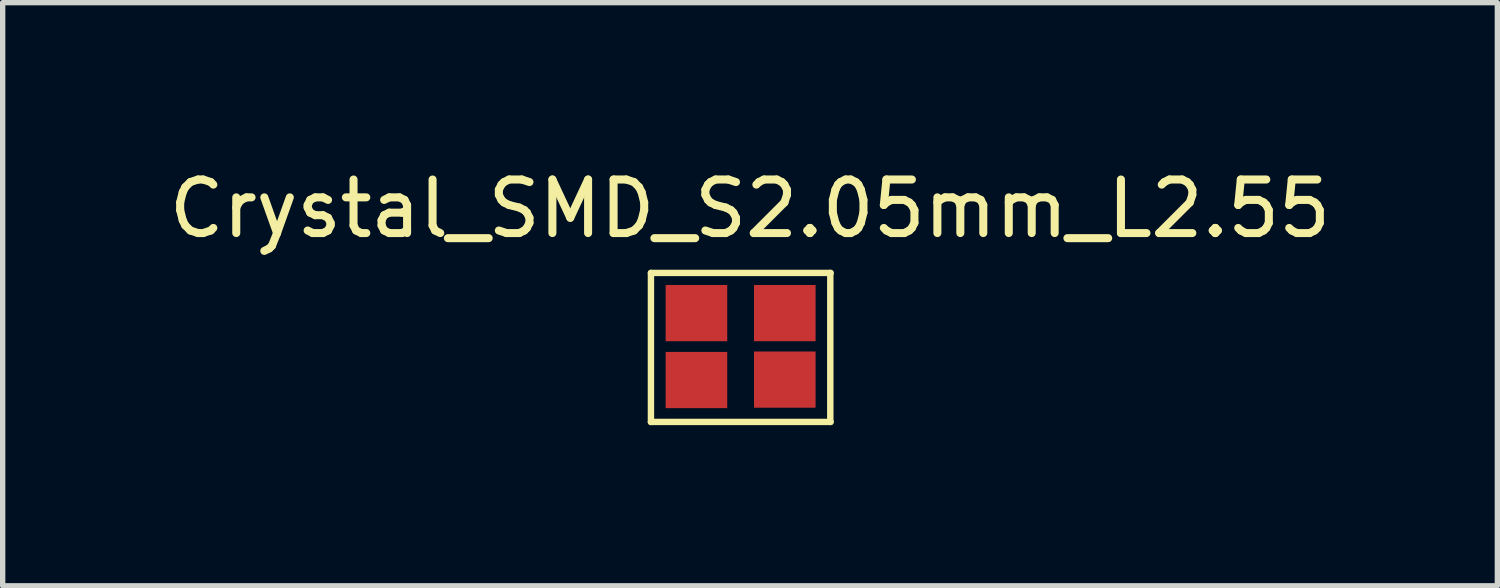
<source format=kicad_pcb>
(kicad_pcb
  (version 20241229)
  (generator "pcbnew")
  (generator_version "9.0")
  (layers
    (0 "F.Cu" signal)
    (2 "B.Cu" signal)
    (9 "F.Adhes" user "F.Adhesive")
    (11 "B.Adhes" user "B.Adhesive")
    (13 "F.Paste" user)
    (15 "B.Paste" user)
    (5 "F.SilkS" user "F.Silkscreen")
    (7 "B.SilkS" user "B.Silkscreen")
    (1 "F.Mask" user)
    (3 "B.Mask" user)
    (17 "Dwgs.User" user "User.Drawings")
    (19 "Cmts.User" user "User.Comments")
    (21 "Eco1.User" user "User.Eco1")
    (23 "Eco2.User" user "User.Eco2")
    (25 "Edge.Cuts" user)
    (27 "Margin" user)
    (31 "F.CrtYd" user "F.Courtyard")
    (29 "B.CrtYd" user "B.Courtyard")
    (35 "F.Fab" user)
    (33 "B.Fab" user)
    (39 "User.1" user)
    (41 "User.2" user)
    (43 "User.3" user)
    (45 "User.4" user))
  (footprint "Crystal_SMD_S2.05mm_L2.55"
    (layer "F.Cu")
    (at 9.458 4.548)
    (property "Reference" "Crystal_SMD_S2.05mm_L2.55" (at 1.5 -3.7 0) (layer "F.SilkS") (effects (font (size 1 1) (thickness 0.15))))
    (attr through_hole)
    (fp_line (start -0.35 -2.5) (end 3.006 -2.5) (stroke (width 0.12) (type solid)) (layer "F.SilkS"))
    (fp_line (start -0.35 0.283) (end -0.35 -2.5) (stroke (width 0.12) (type solid)) (layer "F.SilkS"))
    (fp_line (start -0.35 0.283) (end 3.006 0.283) (stroke (width 0.12) (type solid)) (layer "F.SilkS"))
    (fp_line (start 3 0.283) (end 3 -2.5) (stroke (width 0.12) (type solid)) (layer "F.SilkS"))
    (pad "1" smd rect (at 0.5 -1.75) (size 1.15 1.05) (layers "F.Cu" "F.Mask" "F.Paste"))
    (pad "2" smd rect (at 2.15 -1.75) (size 1.15 1.05) (layers "F.Cu" "F.Mask" "F.Paste"))
    (pad "3" smd rect (at 2.15 -0.508) (size 1.15 1.05) (layers "F.Cu" "F.Mask" "F.Paste"))
    (pad "4" smd rect (at 0.5 -0.5) (size 1.15 1.05) (layers "F.Cu" "F.Mask" "F.Paste")))
  (gr_rect
    (start -3 -3)
    (end 24.917 7.891)
    (stroke (width 0.1) (type default))
    (fill no)
    (layer "Edge.Cuts")))
</source>
